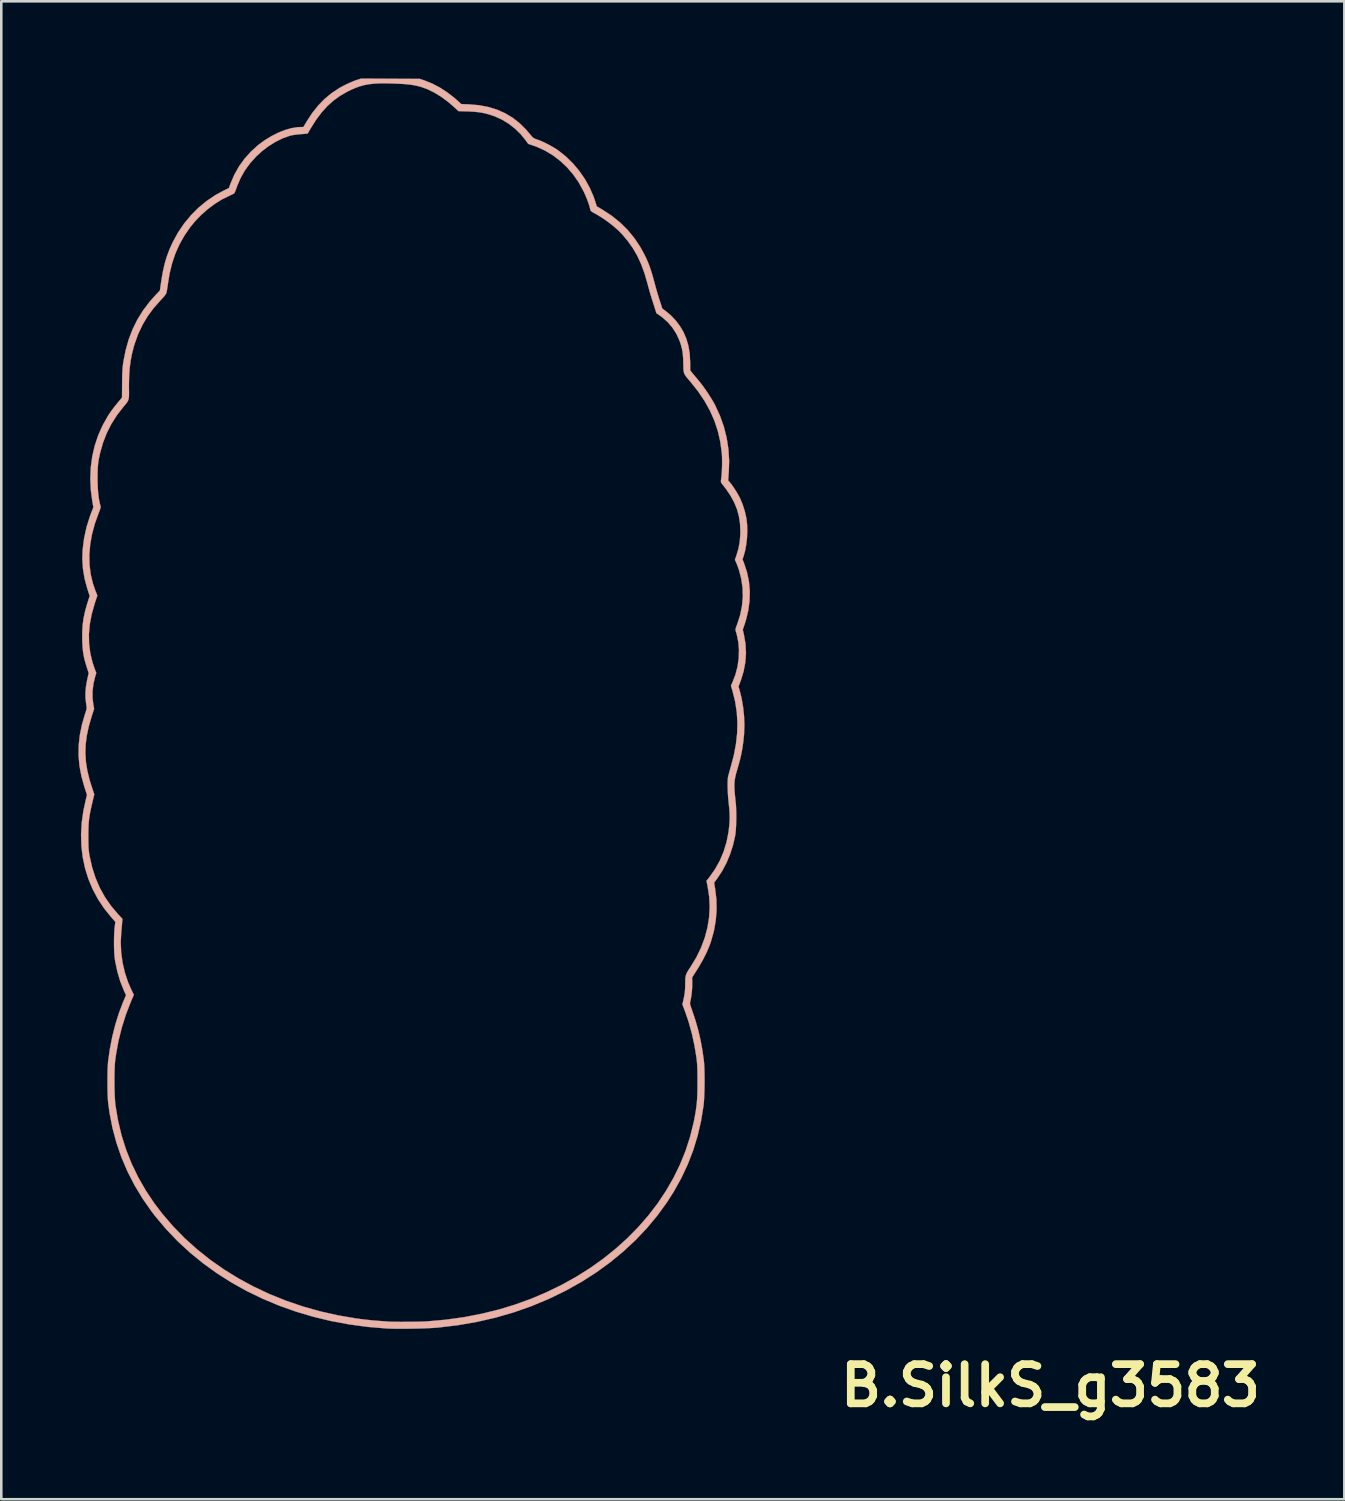
<source format=kicad_pcb>
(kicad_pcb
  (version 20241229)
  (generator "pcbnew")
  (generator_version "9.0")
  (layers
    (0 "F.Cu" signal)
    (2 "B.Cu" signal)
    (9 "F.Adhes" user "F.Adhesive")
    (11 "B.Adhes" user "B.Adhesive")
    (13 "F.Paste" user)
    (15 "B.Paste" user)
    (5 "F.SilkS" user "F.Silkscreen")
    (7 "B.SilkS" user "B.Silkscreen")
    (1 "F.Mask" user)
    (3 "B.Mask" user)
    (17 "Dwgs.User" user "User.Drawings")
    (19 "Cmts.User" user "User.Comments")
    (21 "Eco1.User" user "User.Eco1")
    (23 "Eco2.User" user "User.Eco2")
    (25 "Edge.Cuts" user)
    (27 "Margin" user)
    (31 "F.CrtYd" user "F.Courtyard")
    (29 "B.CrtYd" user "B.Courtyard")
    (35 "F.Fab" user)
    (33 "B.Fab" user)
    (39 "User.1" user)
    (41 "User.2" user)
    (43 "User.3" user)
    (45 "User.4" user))
  (footprint "B.SilkS_g3583"
    (layer "F.Cu")
    (at 37.797 50.828)
    (property "Reference" "B.SilkS_g3583" (at 0 0 0) (layer "F.SilkS") (effects (font (size 1.524 1.524) (thickness 0.3))))
    (attr through_hole)
    (fp_poly (pts (xy -25.663 -50.817) (xy -24.522 -50.811) (xy -24.342 -50.75) (xy -24.047 -50.632) (xy -23.75 -50.477) (xy -23.457 -50.287) (xy -23.174 -50.068) (xy -23.019 -49.93) (xy -22.913 -49.832) (xy -22.606 -49.82) (xy -22.222 -49.787) (xy -21.862 -49.719) (xy -21.525 -49.616) (xy -21.21 -49.477) (xy -20.917 -49.302) (xy -20.646 -49.091) (xy -20.396 -48.844) (xy -20.27 -48.696) (xy -20.202 -48.614) (xy -20.152 -48.557) (xy -20.11 -48.519) (xy -20.067 -48.493) (xy -20.014 -48.471) (xy -19.958 -48.453) (xy -19.825 -48.403) (xy -19.671 -48.333) (xy -19.507 -48.25) (xy -19.345 -48.159) (xy -19.196 -48.067) (xy -19.124 -48.017) (xy -18.833 -47.784) (xy -18.562 -47.517) (xy -18.316 -47.223) (xy -18.098 -46.906) (xy -17.913 -46.572) (xy -17.764 -46.227) (xy -17.695 -46.024) (xy -17.644 -45.856) (xy -17.42 -45.724) (xy -17.063 -45.49) (xy -16.737 -45.228) (xy -16.443 -44.938) (xy -16.181 -44.62) (xy -15.949 -44.273) (xy -15.791 -43.984) (xy -15.709 -43.813) (xy -15.637 -43.647) (xy -15.573 -43.476) (xy -15.512 -43.29) (xy -15.45 -43.078) (xy -15.411 -42.933) (xy -15.369 -42.778) (xy -15.322 -42.608) (xy -15.272 -42.44) (xy -15.226 -42.287) (xy -15.2 -42.206) (xy -15.093 -41.878) (xy -14.962 -41.783) (xy -14.762 -41.616) (xy -14.574 -41.418) (xy -14.409 -41.2) (xy -14.274 -40.973) (xy -14.16 -40.708) (xy -14.078 -40.428) (xy -14.029 -40.128) (xy -14.011 -39.804) (xy -14.01 -39.778) (xy -14.009 -39.476) (xy -13.928 -39.375) (xy -13.88 -39.317) (xy -13.814 -39.238) (xy -13.74 -39.15) (xy -13.685 -39.084) (xy -13.57 -38.941) (xy -13.446 -38.772) (xy -13.321 -38.59) (xy -13.203 -38.406) (xy -13.1 -38.233) (xy -13.041 -38.124) (xy -12.85 -37.707) (xy -12.699 -37.28) (xy -12.59 -36.845) (xy -12.522 -36.403) (xy -12.495 -35.956) (xy -12.508 -35.546) (xy -12.533 -35.198) (xy -12.465 -35.12) (xy -12.399 -35.038) (xy -12.323 -34.928) (xy -12.242 -34.804) (xy -12.164 -34.675) (xy -12.097 -34.555) (xy -12.065 -34.491) (xy -11.968 -34.257) (xy -11.887 -34.001) (xy -11.828 -33.742) (xy -11.821 -33.701) (xy -11.796 -33.473) (xy -11.789 -33.223) (xy -11.801 -32.962) (xy -11.83 -32.704) (xy -11.875 -32.46) (xy -11.934 -32.249) (xy -11.975 -32.128) (xy -11.911 -31.966) (xy -11.797 -31.615) (xy -11.724 -31.256) (xy -11.692 -30.889) (xy -11.702 -30.517) (xy -11.752 -30.14) (xy -11.843 -29.761) (xy -11.9 -29.583) (xy -11.965 -29.394) (xy -11.92 -29.197) (xy -11.859 -28.841) (xy -11.841 -28.485) (xy -11.865 -28.13) (xy -11.931 -27.778) (xy -12.038 -27.43) (xy -12.043 -27.418) (xy -12.131 -27.182) (xy -12.088 -27.037) (xy -12.01 -26.723) (xy -11.952 -26.383) (xy -11.915 -26.032) (xy -11.902 -25.683) (xy -11.914 -25.348) (xy -11.915 -25.326) (xy -11.943 -25.048) (xy -11.979 -24.79) (xy -12.027 -24.537) (xy -12.089 -24.276) (xy -12.169 -23.994) (xy -12.183 -23.948) (xy -12.223 -23.808) (xy -12.253 -23.683) (xy -12.275 -23.565) (xy -12.287 -23.446) (xy -12.291 -23.318) (xy -12.287 -23.176) (xy -12.275 -23.01) (xy -12.255 -22.814) (xy -12.242 -22.691) (xy -12.228 -22.533) (xy -12.22 -22.352) (xy -12.217 -22.156) (xy -12.219 -21.956) (xy -12.226 -21.763) (xy -12.237 -21.586) (xy -12.253 -21.436) (xy -12.264 -21.368) (xy -12.346 -21.011) (xy -12.459 -20.661) (xy -12.6 -20.324) (xy -12.766 -20.011) (xy -12.953 -19.727) (xy -12.965 -19.711) (xy -13.08 -19.557) (xy -13.04 -19.319) (xy -12.991 -18.91) (xy -12.983 -18.496) (xy -13.016 -18.081) (xy -13.089 -17.67) (xy -13.202 -17.268) (xy -13.263 -17.098) (xy -13.378 -16.827) (xy -13.525 -16.539) (xy -13.698 -16.242) (xy -13.751 -16.158) (xy -13.935 -15.87) (xy -13.93 -15.665) (xy -13.932 -15.509) (xy -13.943 -15.339) (xy -13.962 -15.173) (xy -13.986 -15.026) (xy -14.001 -14.959) (xy -14.012 -14.912) (xy -14.017 -14.872) (xy -14.012 -14.829) (xy -13.998 -14.773) (xy -13.972 -14.695) (xy -13.945 -14.618) (xy -13.809 -14.213) (xy -13.696 -13.819) (xy -13.605 -13.422) (xy -13.53 -13.009) (xy -13.479 -12.636) (xy -13.467 -12.513) (xy -13.459 -12.355) (xy -13.454 -12.171) (xy -13.451 -11.971) (xy -13.451 -11.762) (xy -13.454 -11.553) (xy -13.46 -11.351) (xy -13.468 -11.166) (xy -13.479 -11.006) (xy -13.491 -10.89) (xy -13.587 -10.293) (xy -13.721 -9.714) (xy -13.893 -9.151) (xy -14.105 -8.602) (xy -14.357 -8.067) (xy -14.648 -7.543) (xy -14.924 -7.111) (xy -15.293 -6.605) (xy -15.697 -6.12) (xy -16.136 -5.657) (xy -16.609 -5.217) (xy -17.113 -4.802) (xy -17.647 -4.413) (xy -18.21 -4.051) (xy -18.222 -4.044) (xy -18.853 -3.69) (xy -19.505 -3.373) (xy -20.176 -3.093) (xy -20.866 -2.85) (xy -21.573 -2.645) (xy -22.298 -2.479) (xy -23.04 -2.35) (xy -23.797 -2.259) (xy -23.855 -2.254) (xy -24.01 -2.243) (xy -24.199 -2.233) (xy -24.411 -2.225) (xy -24.64 -2.218) (xy -24.875 -2.214) (xy -25.109 -2.211) (xy -25.333 -2.211) (xy -25.538 -2.213) (xy -25.715 -2.218) (xy -25.823 -2.223) (xy -26.558 -2.284) (xy -27.279 -2.382) (xy -27.986 -2.514) (xy -28.677 -2.681) (xy -29.35 -2.881) (xy -30.004 -3.114) (xy -30.637 -3.38) (xy -31.249 -3.676) (xy -31.838 -4.004) (xy -32.401 -4.361) (xy -32.939 -4.748) (xy -33.449 -5.163) (xy -33.93 -5.606) (xy -34.381 -6.077) (xy -34.8 -6.573) (xy -34.951 -6.769) (xy -35.303 -7.273) (xy -35.617 -7.793) (xy -35.891 -8.328) (xy -36.125 -8.877) (xy -36.319 -9.441) (xy -36.474 -10.018) (xy -36.589 -10.609) (xy -36.642 -11.007) (xy -36.652 -11.125) (xy -36.66 -11.277) (xy -36.665 -11.453) (xy -36.668 -11.646) (xy -36.669 -11.845) (xy -36.668 -12.043) (xy -36.664 -12.23) (xy -36.658 -12.399) (xy -36.649 -12.54) (xy -36.642 -12.615) (xy -36.575 -13.091) (xy -36.482 -13.567) (xy -36.365 -14.032) (xy -36.226 -14.478) (xy -36.069 -14.895) (xy -36.04 -14.963) (xy -35.946 -15.183) (xy -36.03 -15.365) (xy -36.172 -15.72) (xy -36.285 -16.1) (xy -36.368 -16.499) (xy -36.388 -16.637) (xy -36.4 -16.756) (xy -36.408 -16.906) (xy -36.413 -17.077) (xy -36.414 -17.258) (xy -36.411 -17.437) (xy -36.405 -17.605) (xy -36.396 -17.75) (xy -36.388 -17.827) (xy -36.362 -18.033) (xy -36.52 -18.212) (xy -36.798 -18.555) (xy -37.039 -18.918) (xy -37.243 -19.3) (xy -37.41 -19.699) (xy -37.539 -20.113) (xy -37.63 -20.54) (xy -37.682 -20.98) (xy -37.695 -21.43) (xy -37.67 -21.889) (xy -37.604 -22.354) (xy -37.516 -22.76) (xy -37.464 -22.968) (xy -37.569 -23.293) (xy -37.682 -23.698) (xy -37.757 -24.096) (xy -37.792 -24.492) (xy -37.791 -24.59) (xy -37.527 -24.59) (xy -37.506 -24.254) (xy -37.452 -23.913) (xy -37.366 -23.561) (xy -37.292 -23.322) (xy -37.181 -22.989) (xy -37.249 -22.708) (xy -37.297 -22.501) (xy -37.335 -22.325) (xy -37.363 -22.17) (xy -37.384 -22.025) (xy -37.398 -21.88) (xy -37.406 -21.726) (xy -37.41 -21.552) (xy -37.411 -21.378) (xy -37.411 -21.206) (xy -37.409 -21.067) (xy -37.406 -20.954) (xy -37.4 -20.857) (xy -37.391 -20.77) (xy -37.379 -20.683) (xy -37.363 -20.589) (xy -37.362 -20.585) (xy -37.264 -20.15) (xy -37.131 -19.738) (xy -36.963 -19.349) (xy -36.759 -18.983) (xy -36.518 -18.638) (xy -36.242 -18.314) (xy -36.237 -18.309) (xy -36.087 -18.15) (xy -36.098 -18.002) (xy -36.106 -17.91) (xy -36.116 -17.797) (xy -36.127 -17.683) (xy -36.13 -17.653) (xy -36.152 -17.252) (xy -36.136 -16.848) (xy -36.081 -16.447) (xy -35.99 -16.055) (xy -35.864 -15.678) (xy -35.749 -15.415) (xy -35.643 -15.195) (xy -35.763 -14.916) (xy -35.95 -14.433) (xy -36.11 -13.926) (xy -36.24 -13.404) (xy -36.336 -12.876) (xy -36.368 -12.647) (xy -36.38 -12.517) (xy -36.388 -12.354) (xy -36.394 -12.166) (xy -36.397 -11.961) (xy -36.397 -11.749) (xy -36.394 -11.538) (xy -36.388 -11.336) (xy -36.379 -11.153) (xy -36.368 -10.996) (xy -36.358 -10.901) (xy -36.258 -10.308) (xy -36.121 -9.732) (xy -35.944 -9.173) (xy -35.728 -8.628) (xy -35.472 -8.099) (xy -35.177 -7.585) (xy -34.842 -7.084) (xy -34.533 -6.679) (xy -34.114 -6.191) (xy -33.663 -5.73) (xy -33.18 -5.296) (xy -32.669 -4.889) (xy -32.129 -4.511) (xy -31.564 -4.163) (xy -30.973 -3.844) (xy -30.36 -3.557) (xy -29.725 -3.301) (xy -29.07 -3.078) (xy -28.397 -2.888) (xy -27.707 -2.733) (xy -27.002 -2.613) (xy -26.79 -2.584) (xy -26.641 -2.566) (xy -26.472 -2.548) (xy -26.302 -2.532) (xy -26.154 -2.52) (xy -26.151 -2.52) (xy -26.032 -2.511) (xy -25.921 -2.503) (xy -25.828 -2.496) (xy -25.764 -2.491) (xy -25.749 -2.49) (xy -25.666 -2.486) (xy -25.549 -2.483) (xy -25.404 -2.481) (xy -25.24 -2.48) (xy -25.064 -2.481) (xy -24.884 -2.482) (xy -24.707 -2.484) (xy -24.542 -2.487) (xy -24.395 -2.491) (xy -24.275 -2.496) (xy -24.236 -2.499) (xy -23.515 -2.563) (xy -22.804 -2.662) (xy -22.107 -2.797) (xy -21.428 -2.965) (xy -20.838 -3.145) (xy -20.203 -3.374) (xy -19.591 -3.633) (xy -19.002 -3.92) (xy -18.438 -4.234) (xy -17.899 -4.573) (xy -17.388 -4.937) (xy -16.905 -5.325) (xy -16.451 -5.735) (xy -16.028 -6.165) (xy -15.636 -6.615) (xy -15.277 -7.084) (xy -14.952 -7.571) (xy -14.662 -8.073) (xy -14.409 -8.591) (xy -14.193 -9.122) (xy -14.016 -9.666) (xy -13.878 -10.221) (xy -13.864 -10.287) (xy -13.826 -10.487) (xy -13.795 -10.665) (xy -13.771 -10.83) (xy -13.753 -10.991) (xy -13.74 -11.156) (xy -13.732 -11.336) (xy -13.728 -11.538) (xy -13.727 -11.773) (xy -13.727 -11.811) (xy -13.727 -12.023) (xy -13.729 -12.2) (xy -13.733 -12.349) (xy -13.739 -12.476) (xy -13.748 -12.588) (xy -13.758 -12.692) (xy -13.765 -12.742) (xy -13.843 -13.223) (xy -13.947 -13.698) (xy -14.075 -14.156) (xy -14.206 -14.54) (xy -14.313 -14.825) (xy -14.278 -14.974) (xy -14.245 -15.131) (xy -14.222 -15.269) (xy -14.209 -15.406) (xy -14.204 -15.559) (xy -14.203 -15.65) (xy -14.202 -15.77) (xy -14.196 -15.864) (xy -14.181 -15.943) (xy -14.156 -16.017) (xy -14.115 -16.096) (xy -14.056 -16.192) (xy -13.996 -16.281) (xy -13.772 -16.65) (xy -13.588 -17.029) (xy -13.443 -17.417) (xy -13.339 -17.81) (xy -13.275 -18.208) (xy -13.253 -18.608) (xy -13.271 -19.01) (xy -13.332 -19.41) (xy -13.335 -19.426) (xy -13.377 -19.627) (xy -13.274 -19.756) (xy -13.048 -20.075) (xy -12.859 -20.412) (xy -12.708 -20.768) (xy -12.594 -21.144) (xy -12.517 -21.541) (xy -12.488 -21.806) (xy -12.479 -21.938) (xy -12.474 -22.062) (xy -12.476 -22.187) (xy -12.482 -22.324) (xy -12.495 -22.481) (xy -12.514 -22.668) (xy -12.522 -22.744) (xy -12.535 -22.88) (xy -12.545 -23.031) (xy -12.551 -23.185) (xy -12.554 -23.335) (xy -12.554 -23.47) (xy -12.549 -23.581) (xy -12.541 -23.654) (xy -12.53 -23.704) (xy -12.509 -23.785) (xy -12.481 -23.888) (xy -12.449 -24.001) (xy -12.436 -24.045) (xy -12.315 -24.504) (xy -12.231 -24.946) (xy -12.184 -25.373) (xy -12.174 -25.788) (xy -12.2 -26.196) (xy -12.262 -26.598) (xy -12.361 -26.998) (xy -12.362 -27.001) (xy -12.425 -27.216) (xy -12.363 -27.355) (xy -12.248 -27.656) (xy -12.168 -27.968) (xy -12.123 -28.286) (xy -12.113 -28.604) (xy -12.139 -28.915) (xy -12.2 -29.213) (xy -12.227 -29.301) (xy -12.241 -29.349) (xy -12.248 -29.387) (xy -12.244 -29.427) (xy -12.229 -29.48) (xy -12.202 -29.555) (xy -12.183 -29.605) (xy -12.068 -29.96) (xy -11.996 -30.317) (xy -11.964 -30.675) (xy -11.975 -31.032) (xy -12.027 -31.385) (xy -12.11 -31.703) (xy -12.144 -31.803) (xy -12.18 -31.901) (xy -12.212 -31.982) (xy -12.222 -32.005) (xy -12.271 -32.111) (xy -12.209 -32.291) (xy -12.133 -32.548) (xy -12.085 -32.806) (xy -12.062 -33.08) (xy -12.059 -33.211) (xy -12.072 -33.512) (xy -12.114 -33.796) (xy -12.187 -34.068) (xy -12.294 -34.333) (xy -12.436 -34.596) (xy -12.615 -34.862) (xy -12.772 -35.063) (xy -12.8 -35.101) (xy -12.814 -35.135) (xy -12.815 -35.181) (xy -12.807 -35.251) (xy -12.805 -35.264) (xy -12.788 -35.409) (xy -12.777 -35.582) (xy -12.77 -35.77) (xy -12.769 -35.96) (xy -12.773 -36.138) (xy -12.783 -36.28) (xy -12.841 -36.706) (xy -12.936 -37.118) (xy -13.068 -37.517) (xy -13.239 -37.905) (xy -13.45 -38.285) (xy -13.701 -38.657) (xy -13.993 -39.025) (xy -14.017 -39.053) (xy -14.105 -39.156) (xy -14.171 -39.237) (xy -14.217 -39.305) (xy -14.247 -39.37) (xy -14.264 -39.441) (xy -14.273 -39.528) (xy -14.276 -39.64) (xy -14.278 -39.749) (xy -14.285 -39.966) (xy -14.302 -40.154) (xy -14.331 -40.323) (xy -14.375 -40.486) (xy -14.424 -40.629) (xy -14.547 -40.897) (xy -14.703 -41.141) (xy -14.891 -41.36) (xy -15.107 -41.55) (xy -15.191 -41.609) (xy -15.322 -41.698) (xy -15.459 -42.127) (xy -15.508 -42.282) (xy -15.559 -42.45) (xy -15.607 -42.618) (xy -15.65 -42.771) (xy -15.68 -42.884) (xy -15.79 -43.262) (xy -15.917 -43.607) (xy -16.064 -43.925) (xy -16.236 -44.222) (xy -16.435 -44.504) (xy -16.649 -44.76) (xy -16.803 -44.917) (xy -16.986 -45.079) (xy -17.19 -45.239) (xy -17.405 -45.39) (xy -17.619 -45.524) (xy -17.743 -45.593) (xy -17.817 -45.634) (xy -17.861 -45.666) (xy -17.885 -45.699) (xy -17.897 -45.739) (xy -17.923 -45.845) (xy -17.965 -45.978) (xy -18.02 -46.127) (xy -18.084 -46.282) (xy -18.152 -46.433) (xy -18.161 -46.45) (xy -18.344 -46.783) (xy -18.557 -47.09) (xy -18.798 -47.371) (xy -19.064 -47.621) (xy -19.351 -47.84) (xy -19.658 -48.024) (xy -19.982 -48.172) (xy -20.11 -48.217) (xy -20.309 -48.284) (xy -20.414 -48.432) (xy -20.601 -48.662) (xy -20.819 -48.874) (xy -21.062 -49.063) (xy -21.322 -49.223) (xy -21.591 -49.347) (xy -21.63 -49.361) (xy -21.826 -49.427) (xy -22.01 -49.476) (xy -22.196 -49.51) (xy -22.396 -49.532) (xy -22.625 -49.545) (xy -22.638 -49.545) (xy -23.019 -49.557) (xy -23.15 -49.679) (xy -23.418 -49.912) (xy -23.69 -50.113) (xy -23.96 -50.279) (xy -24.225 -50.409) (xy -24.448 -50.49) (xy -24.573 -50.525) (xy -24.697 -50.554) (xy -24.827 -50.577) (xy -24.97 -50.595) (xy -25.134 -50.61) (xy -25.325 -50.621) (xy -25.551 -50.631) (xy -25.559 -50.631) (xy -25.84 -50.638) (xy -26.087 -50.636) (xy -26.305 -50.625) (xy -26.502 -50.603) (xy -26.683 -50.569) (xy -26.857 -50.521) (xy -27.03 -50.459) (xy -27.207 -50.381) (xy -27.354 -50.308) (xy -27.629 -50.149) (xy -27.884 -49.964) (xy -28.121 -49.75) (xy -28.344 -49.503) (xy -28.556 -49.22) (xy -28.759 -48.899) (xy -28.786 -48.853) (xy -28.828 -48.78) (xy -28.861 -48.724) (xy -28.881 -48.691) (xy -28.883 -48.687) (xy -28.905 -48.683) (xy -28.961 -48.677) (xy -29.044 -48.67) (xy -29.144 -48.662) (xy -29.161 -48.661) (xy -29.28 -48.65) (xy -29.399 -48.635) (xy -29.503 -48.618) (xy -29.573 -48.601) (xy -29.853 -48.501) (xy -30.133 -48.363) (xy -30.407 -48.193) (xy -30.668 -47.994) (xy -30.883 -47.796) (xy -31.124 -47.529) (xy -31.327 -47.249) (xy -31.494 -46.953) (xy -31.628 -46.636) (xy -31.646 -46.586) (xy -31.677 -46.499) (xy -31.706 -46.426) (xy -31.729 -46.376) (xy -31.737 -46.363) (xy -31.766 -46.344) (xy -31.824 -46.314) (xy -31.901 -46.279) (xy -31.936 -46.263) (xy -32.216 -46.125) (xy -32.496 -45.95) (xy -32.77 -45.746) (xy -33.029 -45.516) (xy -33.267 -45.269) (xy -33.448 -45.048) (xy -33.675 -44.719) (xy -33.867 -44.379) (xy -34.026 -44.024) (xy -34.153 -43.65) (xy -34.251 -43.251) (xy -34.321 -42.823) (xy -34.321 -42.82) (xy -34.336 -42.712) (xy -34.352 -42.612) (xy -34.366 -42.533) (xy -34.378 -42.484) (xy -34.403 -42.438) (xy -34.453 -42.37) (xy -34.523 -42.289) (xy -34.589 -42.218) (xy -34.866 -41.906) (xy -35.103 -41.586) (xy -35.304 -41.25) (xy -35.472 -40.895) (xy -35.609 -40.516) (xy -35.644 -40.402) (xy -35.715 -40.124) (xy -35.768 -39.847) (xy -35.805 -39.56) (xy -35.826 -39.255) (xy -35.833 -38.922) (xy -35.833 -38.809) (xy -35.831 -38.655) (xy -35.831 -38.535) (xy -35.834 -38.443) (xy -35.845 -38.37) (xy -35.863 -38.31) (xy -35.892 -38.253) (xy -35.935 -38.194) (xy -35.992 -38.124) (xy -36.057 -38.047) (xy -36.307 -37.724) (xy -36.52 -37.386) (xy -36.699 -37.032) (xy -36.844 -36.656) (xy -36.957 -36.255) (xy -37.014 -35.983) (xy -37.032 -35.851) (xy -37.045 -35.686) (xy -37.052 -35.498) (xy -37.054 -35.297) (xy -37.051 -35.092) (xy -37.043 -34.892) (xy -37.03 -34.707) (xy -37.012 -34.547) (xy -37.003 -34.493) (xy -36.984 -34.388) (xy -36.965 -34.298) (xy -36.949 -34.231) (xy -36.936 -34.196) (xy -36.935 -34.194) (xy -36.932 -34.164) (xy -36.947 -34.103) (xy -36.98 -34.007) (xy -37.011 -33.928) (xy -37.16 -33.512) (xy -37.27 -33.101) (xy -37.341 -32.698) (xy -37.373 -32.303) (xy -37.366 -31.919) (xy -37.32 -31.546) (xy -37.234 -31.186) (xy -37.135 -30.903) (xy -37.062 -30.722) (xy -37.166 -30.405) (xy -37.281 -29.999) (xy -37.356 -29.604) (xy -37.39 -29.219) (xy -37.383 -28.843) (xy -37.336 -28.475) (xy -37.248 -28.114) (xy -37.168 -27.88) (xy -37.103 -27.71) (xy -37.147 -27.567) (xy -37.214 -27.291) (xy -37.248 -27.008) (xy -37.248 -26.73) (xy -37.22 -26.5) (xy -37.187 -26.319) (xy -37.285 -26.014) (xy -37.395 -25.633) (xy -37.472 -25.273) (xy -37.516 -24.928) (xy -37.527 -24.59) (xy -37.791 -24.59) (xy -37.788 -24.887) (xy -37.745 -25.287) (xy -37.663 -25.695) (xy -37.542 -26.114) (xy -37.52 -26.177) (xy -37.496 -26.252) (xy -37.482 -26.308) (xy -37.478 -26.361) (xy -37.484 -26.424) (xy -37.498 -26.515) (xy -37.498 -26.516) (xy -37.523 -26.735) (xy -37.525 -26.957) (xy -37.503 -27.19) (xy -37.458 -27.445) (xy -37.441 -27.521) (xy -37.399 -27.705) (xy -37.473 -27.934) (xy -37.531 -28.125) (xy -37.575 -28.296) (xy -37.607 -28.459) (xy -37.629 -28.627) (xy -37.642 -28.814) (xy -37.649 -28.988) (xy -37.65 -29.29) (xy -37.634 -29.566) (xy -37.599 -29.832) (xy -37.542 -30.1) (xy -37.462 -30.386) (xy -37.442 -30.449) (xy -37.36 -30.707) (xy -37.453 -30.99) (xy -37.557 -31.373) (xy -37.622 -31.764) (xy -37.647 -32.158) (xy -37.634 -32.503) (xy -37.576 -32.956) (xy -37.478 -33.401) (xy -37.338 -33.84) (xy -37.299 -33.941) (xy -37.216 -34.152) (xy -37.254 -34.364) (xy -37.315 -34.816) (xy -37.336 -35.262) (xy -37.318 -35.7) (xy -37.26 -36.13) (xy -37.164 -36.548) (xy -37.029 -36.952) (xy -36.857 -37.34) (xy -36.647 -37.71) (xy -36.607 -37.772) (xy -36.538 -37.873) (xy -36.462 -37.977) (xy -36.373 -38.093) (xy -36.264 -38.227) (xy -36.186 -38.321) (xy -36.103 -38.42) (xy -36.099 -38.974) (xy -36.097 -39.168) (xy -36.093 -39.328) (xy -36.087 -39.461) (xy -36.079 -39.577) (xy -36.068 -39.683) (xy -36.054 -39.787) (xy -36.051 -39.808) (xy -35.962 -40.258) (xy -35.843 -40.68) (xy -35.69 -41.078) (xy -35.504 -41.454) (xy -35.283 -41.81) (xy -35.025 -42.149) (xy -34.821 -42.379) (xy -34.629 -42.583) (xy -34.576 -42.954) (xy -34.519 -43.294) (xy -34.45 -43.603) (xy -34.365 -43.892) (xy -34.261 -44.172) (xy -34.134 -44.453) (xy -34.13 -44.461) (xy -33.926 -44.835) (xy -33.69 -45.184) (xy -33.423 -45.507) (xy -33.13 -45.801) (xy -32.811 -46.064) (xy -32.47 -46.293) (xy -32.161 -46.461) (xy -31.947 -46.565) (xy -31.887 -46.73) (xy -31.74 -47.076) (xy -31.557 -47.403) (xy -31.338 -47.708) (xy -31.086 -47.988) (xy -30.804 -48.242) (xy -30.547 -48.43) (xy -30.284 -48.59) (xy -30.019 -48.723) (xy -29.759 -48.825) (xy -29.509 -48.896) (xy -29.272 -48.933) (xy -29.16 -48.938) (xy -29.051 -48.939) (xy -28.927 -49.147) (xy -28.709 -49.48) (xy -28.474 -49.776) (xy -28.221 -50.036) (xy -27.945 -50.263) (xy -27.646 -50.459) (xy -27.453 -50.564) (xy -27.334 -50.621) (xy -27.211 -50.676) (xy -27.095 -50.725) (xy -27.002 -50.76) (xy -26.986 -50.765) (xy -26.804 -50.823) (xy -25.663 -50.817)) (stroke (width 0.01) (type solid)) (fill yes) (layer "B.SilkS")))
  (gr_rect
    (start -3 -3)
    (end 49.223 55.246)
    (stroke (width 0.1) (type default))
    (fill no)
    (layer "Edge.Cuts")))
</source>
